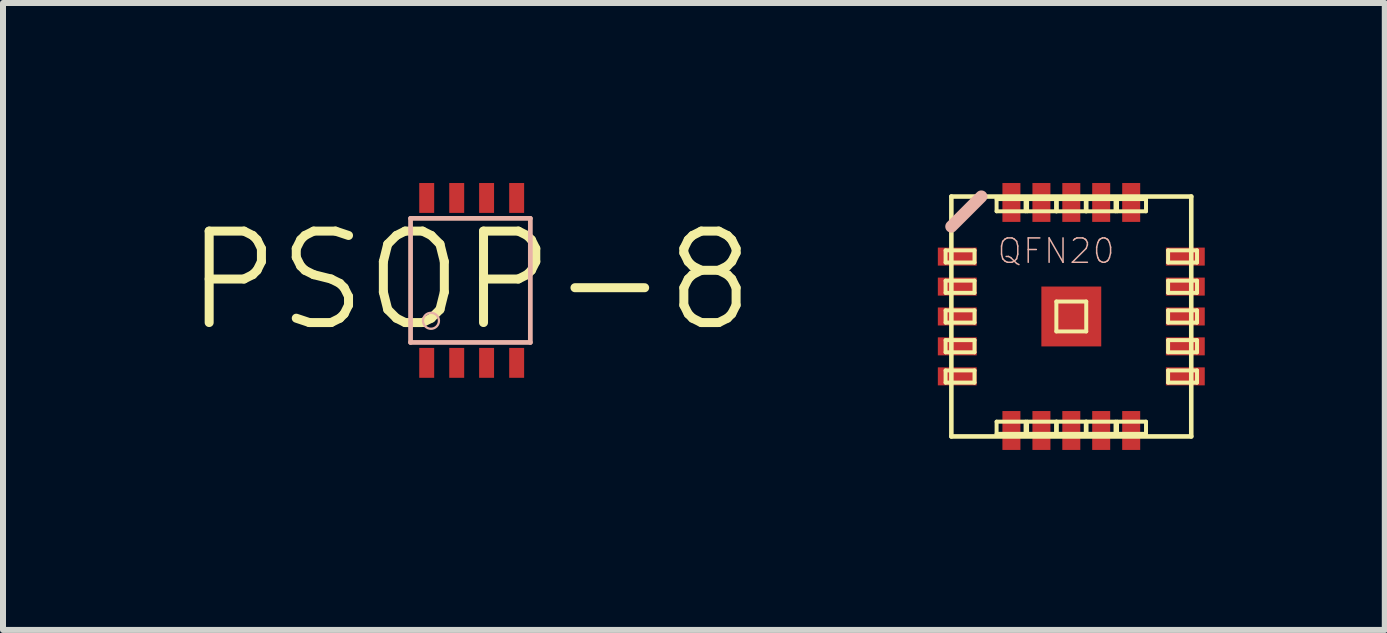
<source format=kicad_pcb>
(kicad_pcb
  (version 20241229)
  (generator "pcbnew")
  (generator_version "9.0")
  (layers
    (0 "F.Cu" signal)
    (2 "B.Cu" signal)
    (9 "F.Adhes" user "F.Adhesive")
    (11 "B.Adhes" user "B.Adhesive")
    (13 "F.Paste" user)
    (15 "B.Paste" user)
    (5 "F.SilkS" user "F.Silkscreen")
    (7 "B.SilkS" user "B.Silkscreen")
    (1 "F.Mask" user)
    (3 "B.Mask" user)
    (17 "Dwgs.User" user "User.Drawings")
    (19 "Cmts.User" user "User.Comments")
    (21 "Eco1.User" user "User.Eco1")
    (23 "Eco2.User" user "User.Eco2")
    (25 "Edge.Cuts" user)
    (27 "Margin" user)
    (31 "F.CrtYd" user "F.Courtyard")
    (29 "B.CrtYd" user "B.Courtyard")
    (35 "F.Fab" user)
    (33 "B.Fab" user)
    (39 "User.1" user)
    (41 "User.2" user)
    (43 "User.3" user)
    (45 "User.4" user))
  (footprint "QFN20"
    (layer "F.Cu")
    (at 14.803 2.224)
    (property "Reference" "QFN20" (at -0.254 -1.09 0) (layer "B.SilkS") (effects (font (size 0.406 0.406) (thickness 0.025))))
    (attr smd)
    (fp_line (start -2.095 -1.102) (end -1.613 -1.102) (stroke (width 0.066) (type solid)) (layer "F.SilkS"))
    (fp_line (start -2.095 -0.899) (end -2.095 -1.102) (stroke (width 0.066) (type solid)) (layer "F.SilkS"))
    (fp_line (start -2.095 -0.899) (end -1.613 -0.899) (stroke (width 0.066) (type solid)) (layer "F.SilkS"))
    (fp_line (start -2.095 -0.597) (end -1.613 -0.597) (stroke (width 0.066) (type solid)) (layer "F.SilkS"))
    (fp_line (start -2.095 -0.394) (end -2.095 -0.597) (stroke (width 0.066) (type solid)) (layer "F.SilkS"))
    (fp_line (start -2.095 -0.394) (end -1.613 -0.394) (stroke (width 0.066) (type solid)) (layer "F.SilkS"))
    (fp_line (start -2.095 -0.102) (end -1.613 -0.102) (stroke (width 0.066) (type solid)) (layer "F.SilkS"))
    (fp_line (start -2.095 0.102) (end -2.095 -0.102) (stroke (width 0.066) (type solid)) (layer "F.SilkS"))
    (fp_line (start -2.095 0.102) (end -1.613 0.102) (stroke (width 0.066) (type solid)) (layer "F.SilkS"))
    (fp_line (start -2.095 0.394) (end -1.613 0.394) (stroke (width 0.066) (type solid)) (layer "F.SilkS"))
    (fp_line (start -2.095 0.597) (end -2.095 0.394) (stroke (width 0.066) (type solid)) (layer "F.SilkS"))
    (fp_line (start -2.095 0.597) (end -1.613 0.597) (stroke (width 0.066) (type solid)) (layer "F.SilkS"))
    (fp_line (start -2.095 0.899) (end -1.613 0.899) (stroke (width 0.066) (type solid)) (layer "F.SilkS"))
    (fp_line (start -2.095 1.102) (end -2.095 0.899) (stroke (width 0.066) (type solid)) (layer "F.SilkS"))
    (fp_line (start -2.095 1.102) (end -1.613 1.102) (stroke (width 0.066) (type solid)) (layer "F.SilkS"))
    (fp_line (start -1.999 -1.999) (end 1.999 -1.999) (stroke (width 0.076) (type solid)) (layer "F.SilkS"))
    (fp_line (start -1.999 1.999) (end -1.999 -1.999) (stroke (width 0.076) (type solid)) (layer "F.SilkS"))
    (fp_line (start -1.613 -0.899) (end -1.613 -1.102) (stroke (width 0.066) (type solid)) (layer "F.SilkS"))
    (fp_line (start -1.613 -0.394) (end -1.613 -0.597) (stroke (width 0.066) (type solid)) (layer "F.SilkS"))
    (fp_line (start -1.613 0.102) (end -1.613 -0.102) (stroke (width 0.066) (type solid)) (layer "F.SilkS"))
    (fp_line (start -1.613 0.597) (end -1.613 0.394) (stroke (width 0.066) (type solid)) (layer "F.SilkS"))
    (fp_line (start -1.613 1.102) (end -1.613 0.899) (stroke (width 0.066) (type solid)) (layer "F.SilkS"))
    (fp_line (start -1.245 -1.956) (end -0.762 -1.956) (stroke (width 0.066) (type solid)) (layer "F.SilkS"))
    (fp_line (start -1.245 -1.753) (end -1.245 -1.956) (stroke (width 0.066) (type solid)) (layer "F.SilkS"))
    (fp_line (start -1.245 -1.753) (end -0.762 -1.753) (stroke (width 0.066) (type solid)) (layer "F.SilkS"))
    (fp_line (start -1.245 1.753) (end -0.762 1.753) (stroke (width 0.066) (type solid)) (layer "F.SilkS"))
    (fp_line (start -1.245 1.956) (end -1.245 1.753) (stroke (width 0.066) (type solid)) (layer "F.SilkS"))
    (fp_line (start -1.245 1.956) (end -0.762 1.956) (stroke (width 0.066) (type solid)) (layer "F.SilkS"))
    (fp_line (start -0.762 -1.753) (end -0.762 -1.956) (stroke (width 0.066) (type solid)) (layer "F.SilkS"))
    (fp_line (start -0.762 1.956) (end -0.762 1.753) (stroke (width 0.066) (type solid)) (layer "F.SilkS"))
    (fp_line (start -0.737 -1.956) (end -0.254 -1.956) (stroke (width 0.066) (type solid)) (layer "F.SilkS"))
    (fp_line (start -0.737 -1.753) (end -0.737 -1.956) (stroke (width 0.066) (type solid)) (layer "F.SilkS"))
    (fp_line (start -0.737 -1.753) (end -0.254 -1.753) (stroke (width 0.066) (type solid)) (layer "F.SilkS"))
    (fp_line (start -0.737 1.753) (end -0.254 1.753) (stroke (width 0.066) (type solid)) (layer "F.SilkS"))
    (fp_line (start -0.737 1.956) (end -0.737 1.753) (stroke (width 0.066) (type solid)) (layer "F.SilkS"))
    (fp_line (start -0.737 1.956) (end -0.254 1.956) (stroke (width 0.066) (type solid)) (layer "F.SilkS"))
    (fp_line (start -0.254 -1.753) (end -0.254 -1.956) (stroke (width 0.066) (type solid)) (layer "F.SilkS"))
    (fp_line (start -0.254 1.956) (end -0.254 1.753) (stroke (width 0.066) (type solid)) (layer "F.SilkS"))
    (fp_line (start -0.249 -0.249) (end 0.249 -0.249) (stroke (width 0.066) (type solid)) (layer "F.SilkS"))
    (fp_line (start -0.249 0.249) (end -0.249 -0.249) (stroke (width 0.066) (type solid)) (layer "F.SilkS"))
    (fp_line (start -0.249 0.249) (end 0.249 0.249) (stroke (width 0.066) (type solid)) (layer "F.SilkS"))
    (fp_line (start -0.241 -1.956) (end 0.241 -1.956) (stroke (width 0.066) (type solid)) (layer "F.SilkS"))
    (fp_line (start -0.241 -1.753) (end -0.241 -1.956) (stroke (width 0.066) (type solid)) (layer "F.SilkS"))
    (fp_line (start -0.241 -1.753) (end 0.241 -1.753) (stroke (width 0.066) (type solid)) (layer "F.SilkS"))
    (fp_line (start -0.241 1.753) (end 0.241 1.753) (stroke (width 0.066) (type solid)) (layer "F.SilkS"))
    (fp_line (start -0.241 1.956) (end -0.241 1.753) (stroke (width 0.066) (type solid)) (layer "F.SilkS"))
    (fp_line (start -0.241 1.956) (end 0.241 1.956) (stroke (width 0.066) (type solid)) (layer "F.SilkS"))
    (fp_line (start 0.241 -1.753) (end 0.241 -1.956) (stroke (width 0.066) (type solid)) (layer "F.SilkS"))
    (fp_line (start 0.241 1.956) (end 0.241 1.753) (stroke (width 0.066) (type solid)) (layer "F.SilkS"))
    (fp_line (start 0.249 0.249) (end 0.249 -0.249) (stroke (width 0.066) (type solid)) (layer "F.SilkS"))
    (fp_line (start 0.254 -1.956) (end 0.737 -1.956) (stroke (width 0.066) (type solid)) (layer "F.SilkS"))
    (fp_line (start 0.254 -1.753) (end 0.254 -1.956) (stroke (width 0.066) (type solid)) (layer "F.SilkS"))
    (fp_line (start 0.254 -1.753) (end 0.737 -1.753) (stroke (width 0.066) (type solid)) (layer "F.SilkS"))
    (fp_line (start 0.254 1.753) (end 0.737 1.753) (stroke (width 0.066) (type solid)) (layer "F.SilkS"))
    (fp_line (start 0.254 1.956) (end 0.254 1.753) (stroke (width 0.066) (type solid)) (layer "F.SilkS"))
    (fp_line (start 0.254 1.956) (end 0.737 1.956) (stroke (width 0.066) (type solid)) (layer "F.SilkS"))
    (fp_line (start 0.737 -1.753) (end 0.737 -1.956) (stroke (width 0.066) (type solid)) (layer "F.SilkS"))
    (fp_line (start 0.737 1.956) (end 0.737 1.753) (stroke (width 0.066) (type solid)) (layer "F.SilkS"))
    (fp_line (start 0.762 -1.956) (end 1.245 -1.956) (stroke (width 0.066) (type solid)) (layer "F.SilkS"))
    (fp_line (start 0.762 -1.753) (end 0.762 -1.956) (stroke (width 0.066) (type solid)) (layer "F.SilkS"))
    (fp_line (start 0.762 -1.753) (end 1.245 -1.753) (stroke (width 0.066) (type solid)) (layer "F.SilkS"))
    (fp_line (start 0.762 1.753) (end 1.245 1.753) (stroke (width 0.066) (type solid)) (layer "F.SilkS"))
    (fp_line (start 0.762 1.956) (end 0.762 1.753) (stroke (width 0.066) (type solid)) (layer "F.SilkS"))
    (fp_line (start 0.762 1.956) (end 1.245 1.956) (stroke (width 0.066) (type solid)) (layer "F.SilkS"))
    (fp_line (start 1.245 -1.753) (end 1.245 -1.956) (stroke (width 0.066) (type solid)) (layer "F.SilkS"))
    (fp_line (start 1.245 1.956) (end 1.245 1.753) (stroke (width 0.066) (type solid)) (layer "F.SilkS"))
    (fp_line (start 1.613 -1.102) (end 2.095 -1.102) (stroke (width 0.066) (type solid)) (layer "F.SilkS"))
    (fp_line (start 1.613 -0.899) (end 1.613 -1.102) (stroke (width 0.066) (type solid)) (layer "F.SilkS"))
    (fp_line (start 1.613 -0.899) (end 2.095 -0.899) (stroke (width 0.066) (type solid)) (layer "F.SilkS"))
    (fp_line (start 1.613 -0.597) (end 2.095 -0.597) (stroke (width 0.066) (type solid)) (layer "F.SilkS"))
    (fp_line (start 1.613 -0.394) (end 1.613 -0.597) (stroke (width 0.066) (type solid)) (layer "F.SilkS"))
    (fp_line (start 1.613 -0.394) (end 2.095 -0.394) (stroke (width 0.066) (type solid)) (layer "F.SilkS"))
    (fp_line (start 1.613 -0.102) (end 2.095 -0.102) (stroke (width 0.066) (type solid)) (layer "F.SilkS"))
    (fp_line (start 1.613 0.102) (end 1.613 -0.102) (stroke (width 0.066) (type solid)) (layer "F.SilkS"))
    (fp_line (start 1.613 0.102) (end 2.095 0.102) (stroke (width 0.066) (type solid)) (layer "F.SilkS"))
    (fp_line (start 1.613 0.394) (end 2.095 0.394) (stroke (width 0.066) (type solid)) (layer "F.SilkS"))
    (fp_line (start 1.613 0.597) (end 1.613 0.394) (stroke (width 0.066) (type solid)) (layer "F.SilkS"))
    (fp_line (start 1.613 0.597) (end 2.095 0.597) (stroke (width 0.066) (type solid)) (layer "F.SilkS"))
    (fp_line (start 1.613 0.899) (end 2.095 0.899) (stroke (width 0.066) (type solid)) (layer "F.SilkS"))
    (fp_line (start 1.613 1.102) (end 1.613 0.899) (stroke (width 0.066) (type solid)) (layer "F.SilkS"))
    (fp_line (start 1.613 1.102) (end 2.095 1.102) (stroke (width 0.066) (type solid)) (layer "F.SilkS"))
    (fp_line (start 1.999 -1.999) (end 1.999 1.999) (stroke (width 0.076) (type solid)) (layer "F.SilkS"))
    (fp_line (start 1.999 1.999) (end -1.999 1.999) (stroke (width 0.076) (type solid)) (layer "F.SilkS"))
    (fp_line (start 2.095 -0.899) (end 2.095 -1.102) (stroke (width 0.066) (type solid)) (layer "F.SilkS"))
    (fp_line (start 2.095 -0.394) (end 2.095 -0.597) (stroke (width 0.066) (type solid)) (layer "F.SilkS"))
    (fp_line (start 2.095 0.102) (end 2.095 -0.102) (stroke (width 0.066) (type solid)) (layer "F.SilkS"))
    (fp_line (start 2.095 0.597) (end 2.095 0.394) (stroke (width 0.066) (type solid)) (layer "F.SilkS"))
    (fp_line (start 2.095 1.102) (end 2.095 0.899) (stroke (width 0.066) (type solid)) (layer "F.SilkS"))
    (fp_line (start -1.499 -1.999) (end -1.999 -1.499) (stroke (width 0.203) (type solid)) (layer "B.SilkS"))
    (pad "0" smd rect (at 0 0 180) (size 0.998 0.998) (layers "F.Cu" "F.Mask" "F.Paste"))
    (pad "1" smd rect (at -1.9 -0.998) (size 0.648 0.3) (layers "F.Cu" "F.Mask" "F.Paste"))
    (pad "2" smd rect (at -1.9 -0.498) (size 0.648 0.3) (layers "F.Cu" "F.Mask" "F.Paste"))
    (pad "3" smd rect (at -1.9 0) (size 0.648 0.3) (layers "F.Cu" "F.Mask" "F.Paste"))
    (pad "4" smd rect (at -1.9 0.498) (size 0.648 0.3) (layers "F.Cu" "F.Mask" "F.Paste"))
    (pad "5" smd rect (at -1.9 0.998 180) (size 0.648 0.3) (layers "F.Cu" "F.Mask" "F.Paste"))
    (pad "6" smd rect (at -0.998 1.9 270) (size 0.648 0.3) (layers "F.Cu" "F.Mask" "F.Paste"))
    (pad "7" smd rect (at -0.498 1.9 270) (size 0.648 0.3) (layers "F.Cu" "F.Mask" "F.Paste"))
    (pad "8" smd rect (at 0 1.9 270) (size 0.648 0.3) (layers "F.Cu" "F.Mask" "F.Paste"))
    (pad "9" smd rect (at 0.498 1.9 90) (size 0.648 0.3) (layers "F.Cu" "F.Mask" "F.Paste"))
    (pad "10" smd rect (at 0.998 1.9 90) (size 0.648 0.3) (layers "F.Cu" "F.Mask" "F.Paste"))
    (pad "11" smd rect (at 1.9 0.998 180) (size 0.648 0.3) (layers "F.Cu" "F.Mask" "F.Paste"))
    (pad "12" smd rect (at 1.9 0.498 180) (size 0.648 0.3) (layers "F.Cu" "F.Mask" "F.Paste"))
    (pad "13" smd rect (at 1.9 0) (size 0.648 0.3) (layers "F.Cu" "F.Mask" "F.Paste"))
    (pad "14" smd rect (at 1.9 -0.498) (size 0.648 0.3) (layers "F.Cu" "F.Mask" "F.Paste"))
    (pad "15" smd rect (at 1.9 -0.998) (size 0.648 0.3) (layers "F.Cu" "F.Mask" "F.Paste"))
    (pad "16" smd rect (at 0.998 -1.9 90) (size 0.648 0.3) (layers "F.Cu" "F.Mask" "F.Paste"))
    (pad "17" smd rect (at 0.498 -1.9 270) (size 0.648 0.3) (layers "F.Cu" "F.Mask" "F.Paste"))
    (pad "18" smd rect (at 0 -1.9 90) (size 0.648 0.3) (layers "F.Cu" "F.Mask" "F.Paste"))
    (pad "19" smd rect (at -0.498 -1.9 90) (size 0.648 0.3) (layers "F.Cu" "F.Mask" "F.Paste"))
    (pad "20" smd rect (at -0.998 -1.9 90) (size 0.648 0.3) (layers "F.Cu" "F.Mask" "F.Paste")))
  (footprint "PSOP-8"
    (layer "F.Cu")
    (at 4.79 1.628)
    (property "Reference" "PSOP-8" (at 0 0 0) (layer "F.SilkS") (effects (font (size 1.524 1.524) (thickness 0.15))))
    (attr smd)
    (fp_line (start -0.998 -1.039) (end -0.998 1.029) (stroke (width 0.079) (type solid)) (layer "B.SilkS"))
    (fp_line (start -0.998 1.029) (end 0.998 1.029) (stroke (width 0.079) (type solid)) (layer "B.SilkS"))
    (fp_line (start 0.998 -1.039) (end -0.998 -1.039) (stroke (width 0.079) (type solid)) (layer "B.SilkS"))
    (fp_line (start 0.998 1.029) (end 0.998 -1.039) (stroke (width 0.079) (type solid)) (layer "B.SilkS"))
    (fp_circle (center -0.658 0.668) (end -0.752 0.762) (stroke (width 0.038) (type solid)) (fill no) (layer "B.SilkS"))
    (pad "1" smd rect (at -0.729 1.369) (size 0.249 0.498) (layers "F.Cu" "F.Mask" "F.Paste"))
    (pad "2" smd rect (at -0.229 1.369) (size 0.249 0.498) (layers "F.Cu" "F.Mask" "F.Paste"))
    (pad "3" smd rect (at 0.269 1.369) (size 0.249 0.498) (layers "F.Cu" "F.Mask" "F.Paste"))
    (pad "4" smd rect (at 0.77 1.369) (size 0.249 0.498) (layers "F.Cu" "F.Mask" "F.Paste"))
    (pad "5" smd rect (at 0.77 -1.379) (size 0.249 0.498) (layers "F.Cu" "F.Mask" "F.Paste"))
    (pad "6" smd rect (at 0.269 -1.379) (size 0.249 0.498) (layers "F.Cu" "F.Mask" "F.Paste"))
    (pad "7" smd rect (at -0.229 -1.379) (size 0.249 0.498) (layers "F.Cu" "F.Mask" "F.Paste"))
    (pad "8" smd rect (at -0.729 -1.379) (size 0.249 0.498) (layers "F.Cu" "F.Mask" "F.Paste")))
  (gr_rect
    (start -3 -3)
    (end 20.027 7.448)
    (stroke (width 0.1) (type default))
    (fill no)
    (layer "Edge.Cuts")))
</source>
